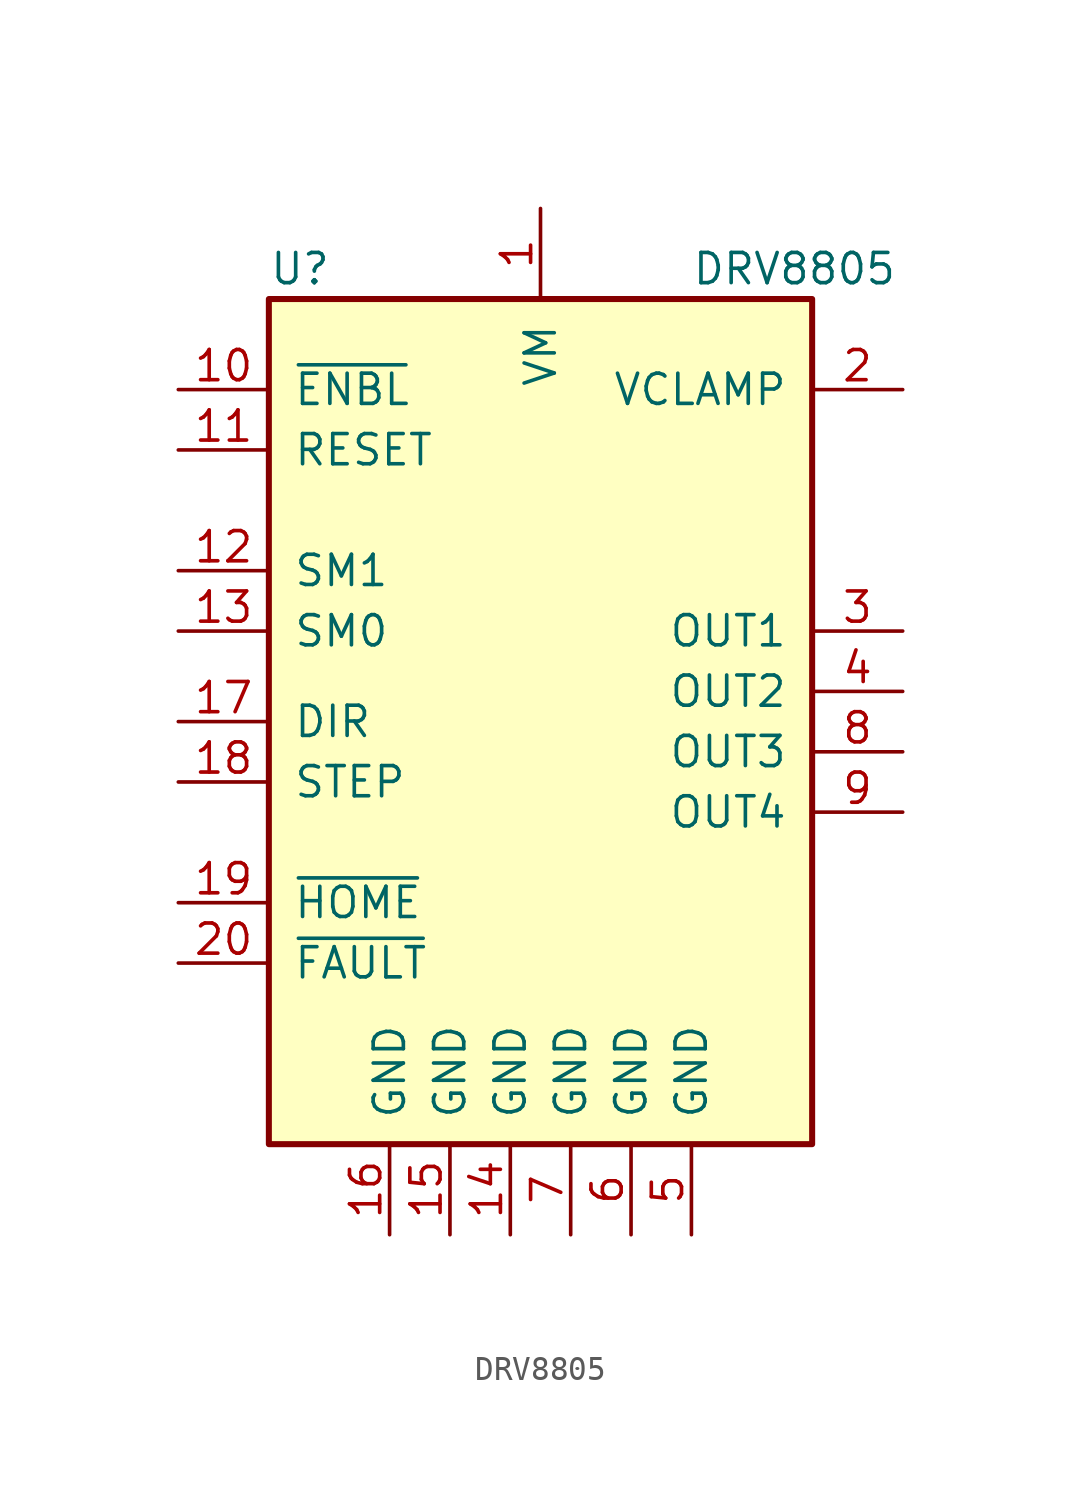
<source format=kicad_sym>
(kicad_symbol_lib
  (version 20231120)
  (generator "kicad_symbol_editor")
  (generator_version "8.0")
  (symbol "DRV8805"
    (pin_names
      (offset 1.016))
    (property "Reference" "U"
      (at -11.43 19.05 0)
      (effects (font (size 1.27 1.27)) (justify left)))
    (property "Value" "DRV8805"
      (at 6.35 19.05 0)
      (effects (font (size 1.27 1.27)) (justify left)))
    (property "Footprint" ""
      (at -3.81 2.54 0)
      (effects (font (size 1.27 1.27))))
    (property "Datasheet" ""
      (at -3.81 2.54 0)
      (effects (font (size 1.27 1.27))))
    (symbol "DRV8805_0_1"
      (rectangle (start -11.43 -17.78) (end 11.43 17.78) (stroke (width 0.254) (type solid)) (fill (type background))))
    (symbol "DRV8805_1_1"
      (pin power_in line (at 0 21.59 270) (length 3.81) (name "VM" (effects (font (size 1.27 1.27)))) (number "1" (effects (font (size 1.27 1.27)))))
      (pin input line (at -15.24 13.97 0) (length 3.81) (name "~{ENBL}" (effects (font (size 1.27 1.27)))) (number "10" (effects (font (size 1.27 1.27)))))
      (pin input line (at -15.24 11.43 0) (length 3.81) (name "RESET" (effects (font (size 1.27 1.27)))) (number "11" (effects (font (size 1.27 1.27)))))
      (pin input line (at -15.24 6.35 0) (length 3.81) (name "SM1" (effects (font (size 1.27 1.27)))) (number "12" (effects (font (size 1.27 1.27)))))
      (pin input line (at -15.24 3.81 0) (length 3.81) (name "SM0" (effects (font (size 1.27 1.27)))) (number "13" (effects (font (size 1.27 1.27)))))
      (pin power_in line (at -1.27 -21.59 90) (length 3.81) (name "GND" (effects (font (size 1.27 1.27)))) (number "14" (effects (font (size 1.27 1.27)))))
      (pin power_in line (at -3.81 -21.59 90) (length 3.81) (name "GND" (effects (font (size 1.27 1.27)))) (number "15" (effects (font (size 1.27 1.27)))))
      (pin power_in line (at -6.35 -21.59 90) (length 3.81) (name "GND" (effects (font (size 1.27 1.27)))) (number "16" (effects (font (size 1.27 1.27)))))
      (pin input line (at -15.24 0 0) (length 3.81) (name "DIR" (effects (font (size 1.27 1.27)))) (number "17" (effects (font (size 1.27 1.27)))))
      (pin input line (at -15.24 -2.54 0) (length 3.81) (name "STEP" (effects (font (size 1.27 1.27)))) (number "18" (effects (font (size 1.27 1.27)))))
      (pin open_collector line (at -15.24 -7.62 0) (length 3.81) (name "~{HOME}" (effects (font (size 1.27 1.27)))) (number "19" (effects (font (size 1.27 1.27)))))
      (pin passive line (at 15.24 13.97 180) (length 3.81) (name "VCLAMP" (effects (font (size 1.27 1.27)))) (number "2" (effects (font (size 1.27 1.27)))))
      (pin open_collector line (at -15.24 -10.16 0) (length 3.81) (name "~{FAULT}" (effects (font (size 1.27 1.27)))) (number "20" (effects (font (size 1.27 1.27)))))
      (pin output line (at 15.24 3.81 180) (length 3.81) (name "OUT1" (effects (font (size 1.27 1.27)))) (number "3" (effects (font (size 1.27 1.27)))))
      (pin output line (at 15.24 1.27 180) (length 3.81) (name "OUT2" (effects (font (size 1.27 1.27)))) (number "4" (effects (font (size 1.27 1.27)))))
      (pin power_in line (at 6.35 -21.59 90) (length 3.81) (name "GND" (effects (font (size 1.27 1.27)))) (number "5" (effects (font (size 1.27 1.27)))))
      (pin power_in line (at 3.81 -21.59 90) (length 3.81) (name "GND" (effects (font (size 1.27 1.27)))) (number "6" (effects (font (size 1.27 1.27)))))
      (pin power_in line (at 1.27 -21.59 90) (length 3.81) (name "GND" (effects (font (size 1.27 1.27)))) (number "7" (effects (font (size 1.27 1.27)))))
      (pin output line (at 15.24 -1.27 180) (length 3.81) (name "OUT3" (effects (font (size 1.27 1.27)))) (number "8" (effects (font (size 1.27 1.27)))))
      (pin output line (at 15.24 -3.81 180) (length 3.81) (name "OUT4" (effects (font (size 1.27 1.27)))) (number "9" (effects (font (size 1.27 1.27))))))))
</source>
